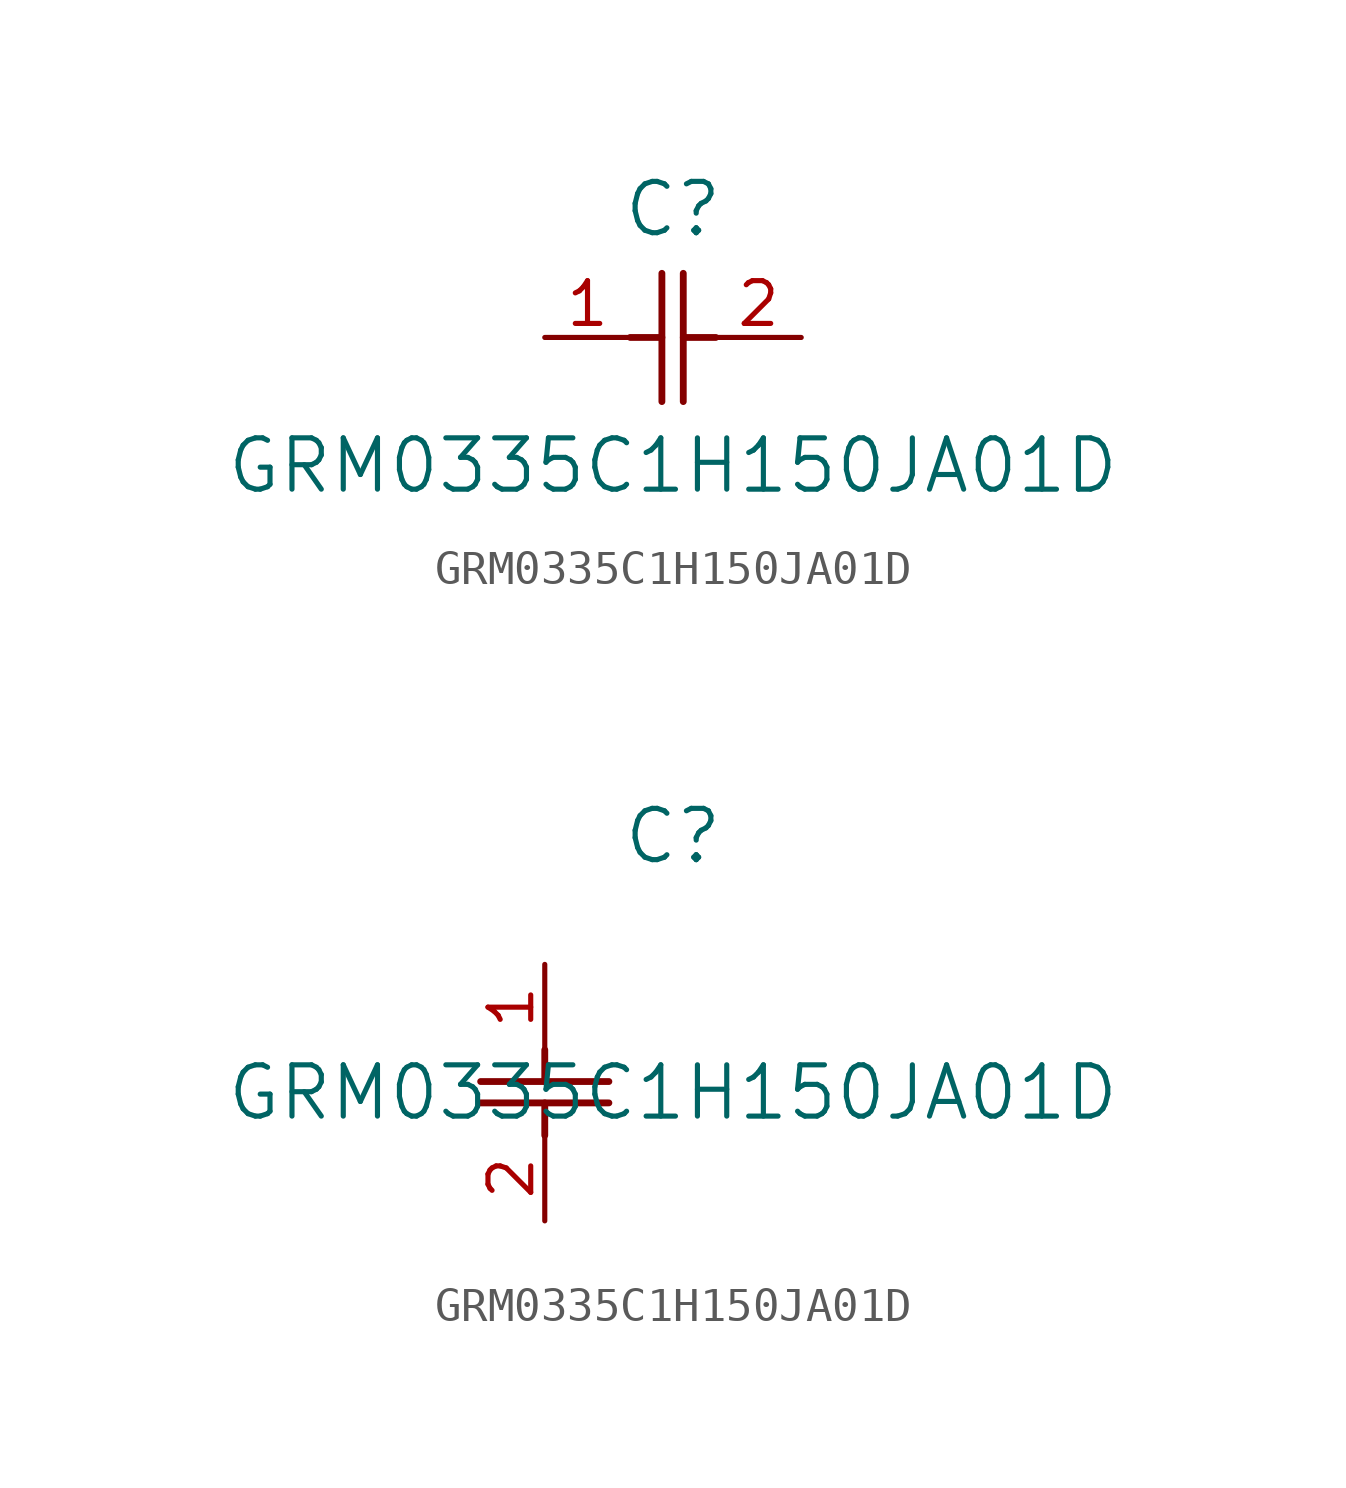
<source format=kicad_sym>
(kicad_symbol_lib
  (version 20211014)
  (generator kicad_symbol_editor)
  (symbol "GRM0335C1H150JA01D"
    (pin_names
      (offset 0.254))
    (property "Reference" "C"
      (at 3.81 3.81 0)
      (effects (font (size 1.524 1.524))))
    (property "Value" "GRM0335C1H150JA01D"
      (at 3.81 -3.81 0)
      (effects (font (size 1.524 1.524))))
    (symbol "GRM0335C1H150JA01D_1_1"
      (polyline (pts (xy 3.48 -1.905) (xy 3.48 1.905)) (stroke (width 0.203) (type default) (color 0 0 0 0)) (fill (type none)))
      (polyline (pts (xy 4.115 -1.905) (xy 4.115 1.905)) (stroke (width 0.203) (type default) (color 0 0 0 0)) (fill (type none)))
      (polyline (pts (xy 4.115 0) (xy 5.08 0)) (stroke (width 0.203) (type default) (color 0 0 0 0)) (fill (type none)))
      (polyline (pts (xy 2.54 0) (xy 3.48 0)) (stroke (width 0.203) (type default) (color 0 0 0 0)) (fill (type none)))
      (pin unspecified line (at 0 0 0) (length 2.54) (name "" (effects (font (size 1.27 1.27)))) (number "1" (effects (font (size 1.27 1.27)))))
      (pin unspecified line (at 7.62 0 180) (length 2.54) (name "" (effects (font (size 1.27 1.27)))) (number "2" (effects (font (size 1.27 1.27))))))
    (symbol "GRM0335C1H150JA01D_1_2"
      (polyline (pts (xy -1.905 -3.48) (xy 1.905 -3.48)) (stroke (width 0.203) (type default) (color 0 0 0 0)) (fill (type none)))
      (polyline (pts (xy -1.905 -4.115) (xy 1.905 -4.115)) (stroke (width 0.203) (type default) (color 0 0 0 0)) (fill (type none)))
      (polyline (pts (xy 0 -4.115) (xy 0 -5.08)) (stroke (width 0.203) (type default) (color 0 0 0 0)) (fill (type none)))
      (polyline (pts (xy 0 -2.54) (xy 0 -3.48)) (stroke (width 0.203) (type default) (color 0 0 0 0)) (fill (type none)))
      (pin unspecified line (at 0 0 270) (length 2.54) (name "" (effects (font (size 1.27 1.27)))) (number "1" (effects (font (size 1.27 1.27)))))
      (pin unspecified line (at 0 -7.62 90) (length 2.54) (name "" (effects (font (size 1.27 1.27)))) (number "2" (effects (font (size 1.27 1.27))))))))
</source>
